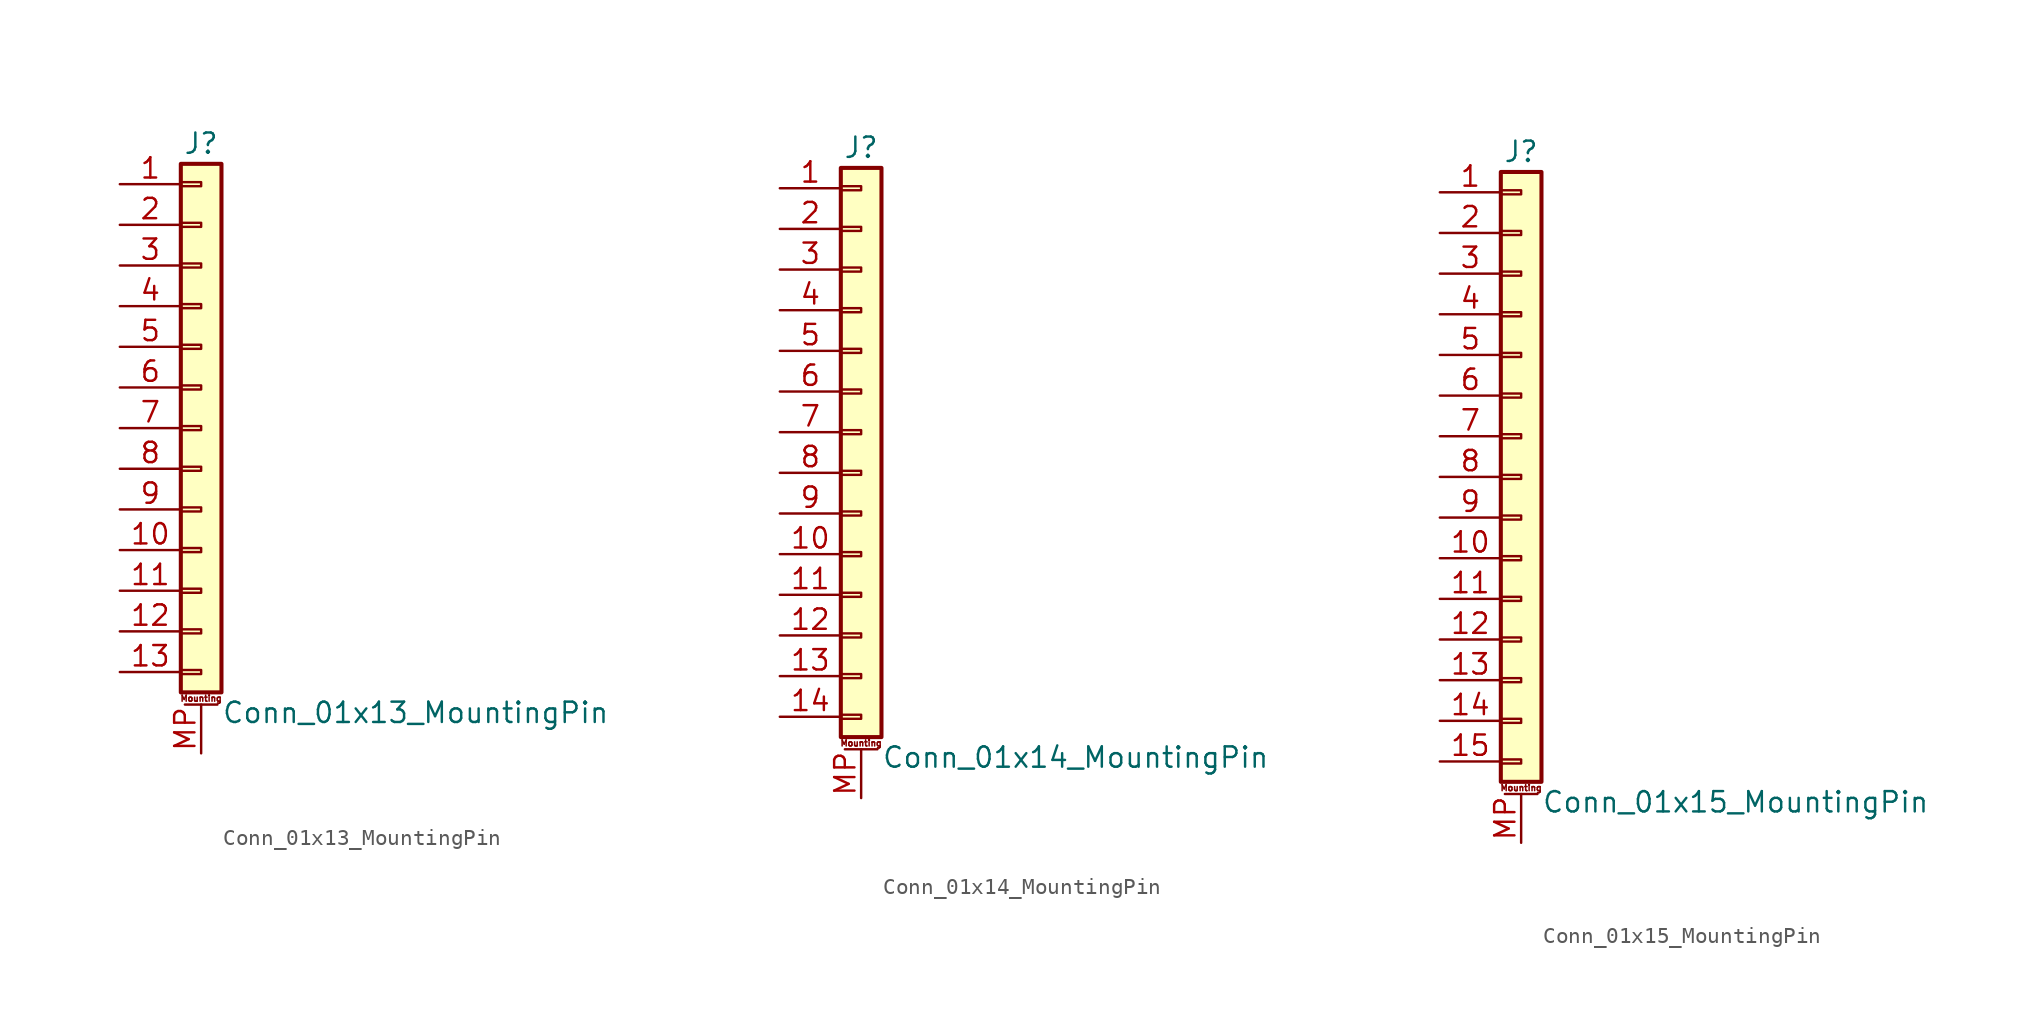
<source format=kicad_sym>
(kicad_symbol_lib
  (version 20220914)
  (generator kicad_symbol_editor)
  (symbol "Conn_01x13_MountingPin"
    (pin_names
      (offset 1.016) hide)
    (property "Reference" "J"
      (at 0 17.78 0)
      (effects (font (size 1.27 1.27))))
    (property "Value" "Conn_01x13_MountingPin"
      (at 1.27 -17.78 0)
      (effects (font (size 1.27 1.27)) (justify left)))
    (symbol "Conn_01x13_MountingPin_1_1"
      (rectangle (start -1.27 -15.113) (end 0 -15.367) (stroke (width 0.152) (type default)) (fill (type none)))
      (rectangle (start -1.27 -12.573) (end 0 -12.827) (stroke (width 0.152) (type default)) (fill (type none)))
      (rectangle (start -1.27 -10.033) (end 0 -10.287) (stroke (width 0.152) (type default)) (fill (type none)))
      (rectangle (start -1.27 -7.493) (end 0 -7.747) (stroke (width 0.152) (type default)) (fill (type none)))
      (rectangle (start -1.27 -4.953) (end 0 -5.207) (stroke (width 0.152) (type default)) (fill (type none)))
      (rectangle (start -1.27 -2.413) (end 0 -2.667) (stroke (width 0.152) (type default)) (fill (type none)))
      (rectangle (start -1.27 0.127) (end 0 -0.127) (stroke (width 0.152) (type default)) (fill (type none)))
      (rectangle (start -1.27 2.667) (end 0 2.413) (stroke (width 0.152) (type default)) (fill (type none)))
      (rectangle (start -1.27 5.207) (end 0 4.953) (stroke (width 0.152) (type default)) (fill (type none)))
      (rectangle (start -1.27 7.747) (end 0 7.493) (stroke (width 0.152) (type default)) (fill (type none)))
      (rectangle (start -1.27 10.287) (end 0 10.033) (stroke (width 0.152) (type default)) (fill (type none)))
      (rectangle (start -1.27 12.827) (end 0 12.573) (stroke (width 0.152) (type default)) (fill (type none)))
      (rectangle (start -1.27 15.367) (end 0 15.113) (stroke (width 0.152) (type default)) (fill (type none)))
      (rectangle (start -1.27 16.51) (end 1.27 -16.51) (stroke (width 0.254) (type default)) (fill (type background)))
      (polyline (pts (xy -1.016 -17.272) (xy 1.016 -17.272)) (stroke (width 0.152) (type default)) (fill (type none)))
      (text "Mounting" (at 0 -16.891 0) (effects (font (size 0.381 0.381))))
      (pin passive line (at -5.08 15.24 0) (length 3.81) (name "Pin_1" (effects (font (size 1.27 1.27)))) (number "1" (effects (font (size 1.27 1.27)))))
      (pin passive line (at -5.08 -7.62 0) (length 3.81) (name "Pin_10" (effects (font (size 1.27 1.27)))) (number "10" (effects (font (size 1.27 1.27)))))
      (pin passive line (at -5.08 -10.16 0) (length 3.81) (name "Pin_11" (effects (font (size 1.27 1.27)))) (number "11" (effects (font (size 1.27 1.27)))))
      (pin passive line (at -5.08 -12.7 0) (length 3.81) (name "Pin_12" (effects (font (size 1.27 1.27)))) (number "12" (effects (font (size 1.27 1.27)))))
      (pin passive line (at -5.08 -15.24 0) (length 3.81) (name "Pin_13" (effects (font (size 1.27 1.27)))) (number "13" (effects (font (size 1.27 1.27)))))
      (pin passive line (at -5.08 12.7 0) (length 3.81) (name "Pin_2" (effects (font (size 1.27 1.27)))) (number "2" (effects (font (size 1.27 1.27)))))
      (pin passive line (at -5.08 10.16 0) (length 3.81) (name "Pin_3" (effects (font (size 1.27 1.27)))) (number "3" (effects (font (size 1.27 1.27)))))
      (pin passive line (at -5.08 7.62 0) (length 3.81) (name "Pin_4" (effects (font (size 1.27 1.27)))) (number "4" (effects (font (size 1.27 1.27)))))
      (pin passive line (at -5.08 5.08 0) (length 3.81) (name "Pin_5" (effects (font (size 1.27 1.27)))) (number "5" (effects (font (size 1.27 1.27)))))
      (pin passive line (at -5.08 2.54 0) (length 3.81) (name "Pin_6" (effects (font (size 1.27 1.27)))) (number "6" (effects (font (size 1.27 1.27)))))
      (pin passive line (at -5.08 0 0) (length 3.81) (name "Pin_7" (effects (font (size 1.27 1.27)))) (number "7" (effects (font (size 1.27 1.27)))))
      (pin passive line (at -5.08 -2.54 0) (length 3.81) (name "Pin_8" (effects (font (size 1.27 1.27)))) (number "8" (effects (font (size 1.27 1.27)))))
      (pin passive line (at -5.08 -5.08 0) (length 3.81) (name "Pin_9" (effects (font (size 1.27 1.27)))) (number "9" (effects (font (size 1.27 1.27)))))
      (pin passive line (at 0 -20.32 90) (length 3.048) (name "MountPin" (effects (font (size 1.27 1.27)))) (number "MP" (effects (font (size 1.27 1.27)))))))
  (symbol "Conn_01x14_MountingPin"
    (pin_names
      (offset 1.016) hide)
    (property "Reference" "J"
      (at 0 17.78 0)
      (effects (font (size 1.27 1.27))))
    (property "Value" "Conn_01x14_MountingPin"
      (at 1.27 -20.32 0)
      (effects (font (size 1.27 1.27)) (justify left)))
    (symbol "Conn_01x14_MountingPin_1_1"
      (rectangle (start -1.27 -17.653) (end 0 -17.907) (stroke (width 0.152) (type default)) (fill (type none)))
      (rectangle (start -1.27 -15.113) (end 0 -15.367) (stroke (width 0.152) (type default)) (fill (type none)))
      (rectangle (start -1.27 -12.573) (end 0 -12.827) (stroke (width 0.152) (type default)) (fill (type none)))
      (rectangle (start -1.27 -10.033) (end 0 -10.287) (stroke (width 0.152) (type default)) (fill (type none)))
      (rectangle (start -1.27 -7.493) (end 0 -7.747) (stroke (width 0.152) (type default)) (fill (type none)))
      (rectangle (start -1.27 -4.953) (end 0 -5.207) (stroke (width 0.152) (type default)) (fill (type none)))
      (rectangle (start -1.27 -2.413) (end 0 -2.667) (stroke (width 0.152) (type default)) (fill (type none)))
      (rectangle (start -1.27 0.127) (end 0 -0.127) (stroke (width 0.152) (type default)) (fill (type none)))
      (rectangle (start -1.27 2.667) (end 0 2.413) (stroke (width 0.152) (type default)) (fill (type none)))
      (rectangle (start -1.27 5.207) (end 0 4.953) (stroke (width 0.152) (type default)) (fill (type none)))
      (rectangle (start -1.27 7.747) (end 0 7.493) (stroke (width 0.152) (type default)) (fill (type none)))
      (rectangle (start -1.27 10.287) (end 0 10.033) (stroke (width 0.152) (type default)) (fill (type none)))
      (rectangle (start -1.27 12.827) (end 0 12.573) (stroke (width 0.152) (type default)) (fill (type none)))
      (rectangle (start -1.27 15.367) (end 0 15.113) (stroke (width 0.152) (type default)) (fill (type none)))
      (rectangle (start -1.27 16.51) (end 1.27 -19.05) (stroke (width 0.254) (type default)) (fill (type background)))
      (polyline (pts (xy -1.016 -19.812) (xy 1.016 -19.812)) (stroke (width 0.152) (type default)) (fill (type none)))
      (text "Mounting" (at 0 -19.431 0) (effects (font (size 0.381 0.381))))
      (pin passive line (at -5.08 15.24 0) (length 3.81) (name "Pin_1" (effects (font (size 1.27 1.27)))) (number "1" (effects (font (size 1.27 1.27)))))
      (pin passive line (at -5.08 -7.62 0) (length 3.81) (name "Pin_10" (effects (font (size 1.27 1.27)))) (number "10" (effects (font (size 1.27 1.27)))))
      (pin passive line (at -5.08 -10.16 0) (length 3.81) (name "Pin_11" (effects (font (size 1.27 1.27)))) (number "11" (effects (font (size 1.27 1.27)))))
      (pin passive line (at -5.08 -12.7 0) (length 3.81) (name "Pin_12" (effects (font (size 1.27 1.27)))) (number "12" (effects (font (size 1.27 1.27)))))
      (pin passive line (at -5.08 -15.24 0) (length 3.81) (name "Pin_13" (effects (font (size 1.27 1.27)))) (number "13" (effects (font (size 1.27 1.27)))))
      (pin passive line (at -5.08 -17.78 0) (length 3.81) (name "Pin_14" (effects (font (size 1.27 1.27)))) (number "14" (effects (font (size 1.27 1.27)))))
      (pin passive line (at -5.08 12.7 0) (length 3.81) (name "Pin_2" (effects (font (size 1.27 1.27)))) (number "2" (effects (font (size 1.27 1.27)))))
      (pin passive line (at -5.08 10.16 0) (length 3.81) (name "Pin_3" (effects (font (size 1.27 1.27)))) (number "3" (effects (font (size 1.27 1.27)))))
      (pin passive line (at -5.08 7.62 0) (length 3.81) (name "Pin_4" (effects (font (size 1.27 1.27)))) (number "4" (effects (font (size 1.27 1.27)))))
      (pin passive line (at -5.08 5.08 0) (length 3.81) (name "Pin_5" (effects (font (size 1.27 1.27)))) (number "5" (effects (font (size 1.27 1.27)))))
      (pin passive line (at -5.08 2.54 0) (length 3.81) (name "Pin_6" (effects (font (size 1.27 1.27)))) (number "6" (effects (font (size 1.27 1.27)))))
      (pin passive line (at -5.08 0 0) (length 3.81) (name "Pin_7" (effects (font (size 1.27 1.27)))) (number "7" (effects (font (size 1.27 1.27)))))
      (pin passive line (at -5.08 -2.54 0) (length 3.81) (name "Pin_8" (effects (font (size 1.27 1.27)))) (number "8" (effects (font (size 1.27 1.27)))))
      (pin passive line (at -5.08 -5.08 0) (length 3.81) (name "Pin_9" (effects (font (size 1.27 1.27)))) (number "9" (effects (font (size 1.27 1.27)))))
      (pin passive line (at 0 -22.86 90) (length 3.048) (name "MountPin" (effects (font (size 1.27 1.27)))) (number "MP" (effects (font (size 1.27 1.27)))))))
  (symbol "Conn_01x15_MountingPin"
    (pin_names
      (offset 1.016) hide)
    (property "Reference" "J"
      (at 0 20.32 0)
      (effects (font (size 1.27 1.27))))
    (property "Value" "Conn_01x15_MountingPin"
      (at 1.27 -20.32 0)
      (effects (font (size 1.27 1.27)) (justify left)))
    (symbol "Conn_01x15_MountingPin_1_1"
      (rectangle (start -1.27 -17.653) (end 0 -17.907) (stroke (width 0.152) (type default)) (fill (type none)))
      (rectangle (start -1.27 -15.113) (end 0 -15.367) (stroke (width 0.152) (type default)) (fill (type none)))
      (rectangle (start -1.27 -12.573) (end 0 -12.827) (stroke (width 0.152) (type default)) (fill (type none)))
      (rectangle (start -1.27 -10.033) (end 0 -10.287) (stroke (width 0.152) (type default)) (fill (type none)))
      (rectangle (start -1.27 -7.493) (end 0 -7.747) (stroke (width 0.152) (type default)) (fill (type none)))
      (rectangle (start -1.27 -4.953) (end 0 -5.207) (stroke (width 0.152) (type default)) (fill (type none)))
      (rectangle (start -1.27 -2.413) (end 0 -2.667) (stroke (width 0.152) (type default)) (fill (type none)))
      (rectangle (start -1.27 0.127) (end 0 -0.127) (stroke (width 0.152) (type default)) (fill (type none)))
      (rectangle (start -1.27 2.667) (end 0 2.413) (stroke (width 0.152) (type default)) (fill (type none)))
      (rectangle (start -1.27 5.207) (end 0 4.953) (stroke (width 0.152) (type default)) (fill (type none)))
      (rectangle (start -1.27 7.747) (end 0 7.493) (stroke (width 0.152) (type default)) (fill (type none)))
      (rectangle (start -1.27 10.287) (end 0 10.033) (stroke (width 0.152) (type default)) (fill (type none)))
      (rectangle (start -1.27 12.827) (end 0 12.573) (stroke (width 0.152) (type default)) (fill (type none)))
      (rectangle (start -1.27 15.367) (end 0 15.113) (stroke (width 0.152) (type default)) (fill (type none)))
      (rectangle (start -1.27 17.907) (end 0 17.653) (stroke (width 0.152) (type default)) (fill (type none)))
      (rectangle (start -1.27 19.05) (end 1.27 -19.05) (stroke (width 0.254) (type default)) (fill (type background)))
      (polyline (pts (xy -1.016 -19.812) (xy 1.016 -19.812)) (stroke (width 0.152) (type default)) (fill (type none)))
      (text "Mounting" (at 0 -19.431 0) (effects (font (size 0.381 0.381))))
      (pin passive line (at -5.08 17.78 0) (length 3.81) (name "Pin_1" (effects (font (size 1.27 1.27)))) (number "1" (effects (font (size 1.27 1.27)))))
      (pin passive line (at -5.08 -5.08 0) (length 3.81) (name "Pin_10" (effects (font (size 1.27 1.27)))) (number "10" (effects (font (size 1.27 1.27)))))
      (pin passive line (at -5.08 -7.62 0) (length 3.81) (name "Pin_11" (effects (font (size 1.27 1.27)))) (number "11" (effects (font (size 1.27 1.27)))))
      (pin passive line (at -5.08 -10.16 0) (length 3.81) (name "Pin_12" (effects (font (size 1.27 1.27)))) (number "12" (effects (font (size 1.27 1.27)))))
      (pin passive line (at -5.08 -12.7 0) (length 3.81) (name "Pin_13" (effects (font (size 1.27 1.27)))) (number "13" (effects (font (size 1.27 1.27)))))
      (pin passive line (at -5.08 -15.24 0) (length 3.81) (name "Pin_14" (effects (font (size 1.27 1.27)))) (number "14" (effects (font (size 1.27 1.27)))))
      (pin passive line (at -5.08 -17.78 0) (length 3.81) (name "Pin_15" (effects (font (size 1.27 1.27)))) (number "15" (effects (font (size 1.27 1.27)))))
      (pin passive line (at -5.08 15.24 0) (length 3.81) (name "Pin_2" (effects (font (size 1.27 1.27)))) (number "2" (effects (font (size 1.27 1.27)))))
      (pin passive line (at -5.08 12.7 0) (length 3.81) (name "Pin_3" (effects (font (size 1.27 1.27)))) (number "3" (effects (font (size 1.27 1.27)))))
      (pin passive line (at -5.08 10.16 0) (length 3.81) (name "Pin_4" (effects (font (size 1.27 1.27)))) (number "4" (effects (font (size 1.27 1.27)))))
      (pin passive line (at -5.08 7.62 0) (length 3.81) (name "Pin_5" (effects (font (size 1.27 1.27)))) (number "5" (effects (font (size 1.27 1.27)))))
      (pin passive line (at -5.08 5.08 0) (length 3.81) (name "Pin_6" (effects (font (size 1.27 1.27)))) (number "6" (effects (font (size 1.27 1.27)))))
      (pin passive line (at -5.08 2.54 0) (length 3.81) (name "Pin_7" (effects (font (size 1.27 1.27)))) (number "7" (effects (font (size 1.27 1.27)))))
      (pin passive line (at -5.08 0 0) (length 3.81) (name "Pin_8" (effects (font (size 1.27 1.27)))) (number "8" (effects (font (size 1.27 1.27)))))
      (pin passive line (at -5.08 -2.54 0) (length 3.81) (name "Pin_9" (effects (font (size 1.27 1.27)))) (number "9" (effects (font (size 1.27 1.27)))))
      (pin passive line (at 0 -22.86 90) (length 3.048) (name "MountPin" (effects (font (size 1.27 1.27)))) (number "MP" (effects (font (size 1.27 1.27))))))))
</source>
